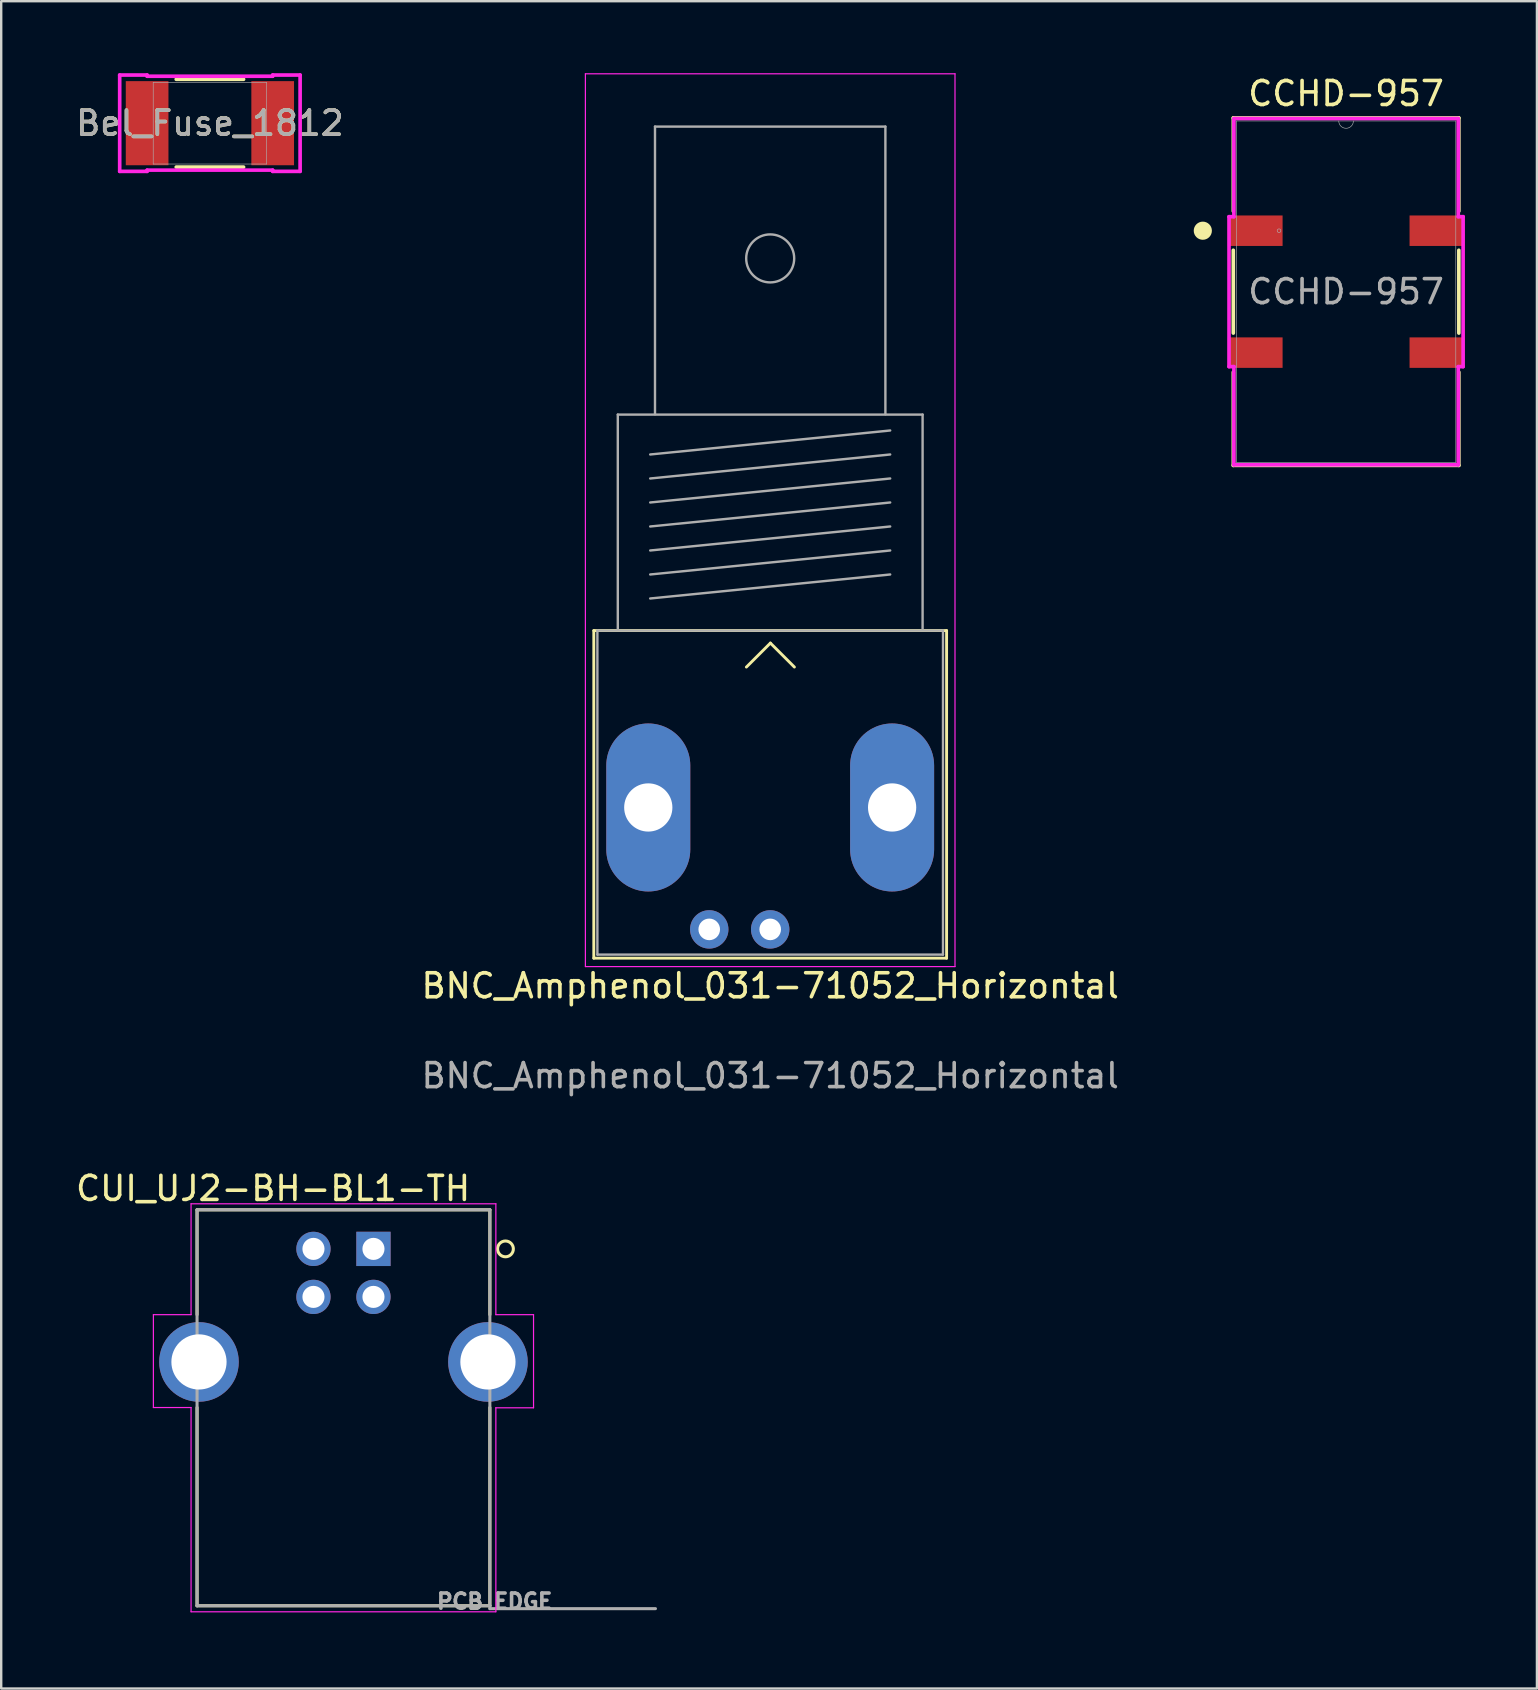
<source format=kicad_pcb>
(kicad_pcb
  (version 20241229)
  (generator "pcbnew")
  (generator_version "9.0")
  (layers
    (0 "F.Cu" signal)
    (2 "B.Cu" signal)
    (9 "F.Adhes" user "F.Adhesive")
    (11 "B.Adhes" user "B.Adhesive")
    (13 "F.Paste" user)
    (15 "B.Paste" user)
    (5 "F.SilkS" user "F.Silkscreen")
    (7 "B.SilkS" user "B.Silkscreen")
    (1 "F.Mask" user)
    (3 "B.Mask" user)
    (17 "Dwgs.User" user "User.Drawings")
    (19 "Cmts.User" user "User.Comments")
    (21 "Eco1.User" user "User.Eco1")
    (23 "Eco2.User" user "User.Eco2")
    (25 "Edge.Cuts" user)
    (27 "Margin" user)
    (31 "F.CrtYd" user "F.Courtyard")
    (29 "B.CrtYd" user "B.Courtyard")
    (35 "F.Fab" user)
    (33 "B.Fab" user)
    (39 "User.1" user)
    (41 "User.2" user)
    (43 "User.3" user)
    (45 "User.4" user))
  (footprint "CCHD-957"
    (layer "F.Cu")
    (at 53.037 9.103)
    (property "Reference" "CCHD-957" (at 0 -8.255 0) (unlocked yes) (layer "F.SilkS") (effects (font (size 1 1) (thickness 0.15))))
    (attr smd)
    (fp_line (start -4.699 -7.239) (end -4.699 -3.355) (stroke (width 0.152) (type solid)) (layer "F.SilkS"))
    (fp_line (start -4.699 -1.725) (end -4.699 1.725) (stroke (width 0.152) (type solid)) (layer "F.SilkS"))
    (fp_line (start -4.699 3.355) (end -4.699 7.239) (stroke (width 0.152) (type solid)) (layer "F.SilkS"))
    (fp_line (start -4.699 7.239) (end 4.699 7.239) (stroke (width 0.152) (type solid)) (layer "F.SilkS"))
    (fp_line (start 4.699 -7.239) (end -4.699 -7.239) (stroke (width 0.152) (type solid)) (layer "F.SilkS"))
    (fp_line (start 4.699 -3.355) (end 4.699 -7.239) (stroke (width 0.152) (type solid)) (layer "F.SilkS"))
    (fp_line (start 4.699 1.725) (end 4.699 -1.725) (stroke (width 0.152) (type solid)) (layer "F.SilkS"))
    (fp_line (start 4.699 7.239) (end 4.699 3.355) (stroke (width 0.152) (type solid)) (layer "F.SilkS"))
    (fp_circle (center -5.969 -2.54) (end -5.667 -2.54) (stroke (width 0.152) (type solid)) (fill yes) (layer "F.SilkS"))
    (fp_line (start -4.877 -3.124) (end -4.674 -3.124) (stroke (width 0.152) (type solid)) (layer "F.CrtYd"))
    (fp_line (start -4.877 3.124) (end -4.877 -3.124) (stroke (width 0.152) (type solid)) (layer "F.CrtYd"))
    (fp_line (start -4.877 3.124) (end -4.674 3.124) (stroke (width 0.152) (type solid)) (layer "F.CrtYd"))
    (fp_line (start -4.674 -7.214) (end 4.674 -7.214) (stroke (width 0.152) (type solid)) (layer "F.CrtYd"))
    (fp_line (start -4.674 -3.124) (end -4.674 -7.214) (stroke (width 0.152) (type solid)) (layer "F.CrtYd"))
    (fp_line (start -4.674 7.214) (end -4.674 3.124) (stroke (width 0.152) (type solid)) (layer "F.CrtYd"))
    (fp_line (start 4.674 -7.214) (end 4.674 -3.124) (stroke (width 0.152) (type solid)) (layer "F.CrtYd"))
    (fp_line (start 4.674 3.124) (end 4.674 7.214) (stroke (width 0.152) (type solid)) (layer "F.CrtYd"))
    (fp_line (start 4.674 7.214) (end -4.674 7.214) (stroke (width 0.152) (type solid)) (layer "F.CrtYd"))
    (fp_line (start 4.877 -3.124) (end 4.674 -3.124) (stroke (width 0.152) (type solid)) (layer "F.CrtYd"))
    (fp_line (start 4.877 -3.124) (end 4.877 3.124) (stroke (width 0.152) (type solid)) (layer "F.CrtYd"))
    (fp_line (start 4.877 3.124) (end 4.674 3.124) (stroke (width 0.152) (type solid)) (layer "F.CrtYd"))
    (fp_line (start -4.572 -7.112) (end -4.572 7.112) (stroke (width 0.025) (type solid)) (layer "F.Fab"))
    (fp_line (start -4.572 7.112) (end 4.572 7.112) (stroke (width 0.025) (type solid)) (layer "F.Fab"))
    (fp_line (start 4.572 -7.112) (end -4.572 -7.112) (stroke (width 0.025) (type solid)) (layer "F.Fab"))
    (fp_line (start 4.572 7.112) (end 4.572 -7.112) (stroke (width 0.025) (type solid)) (layer "F.Fab"))
    (fp_arc (start 0.3048 -7.112) (mid 0 -6.8072) (end -0.3048 -7.112) (stroke (width 0.0254) (type solid)) (layer "F.Fab"))
    (fp_circle (center -2.794 -2.54) (end -2.718 -2.54) (stroke (width 0.025) (type solid)) (fill no) (layer "F.Fab"))
    (fp_text user "${REFERENCE}" (at 0 0 0) (unlocked yes) (layer "F.Fab") (effects (font (size 1 1) (thickness 0.15))))
    (pad "1" smd rect (at -3.785 -2.54) (size 2.28 1.27) (layers "F.Cu" "F.Mask" "F.Paste"))
    (pad "2" smd rect (at -3.785 2.54) (size 2.28 1.27) (layers "F.Cu" "F.Mask" "F.Paste"))
    (pad "3" smd rect (at 3.785 2.54) (size 2.28 1.27) (layers "F.Cu" "F.Mask" "F.Paste"))
    (pad "4" smd rect (at 3.785 -2.54) (size 2.28 1.27) (layers "F.Cu" "F.Mask" "F.Paste")))
  (footprint "CUI_UJ2-BH-BL1-TH"
    (layer "F.Cu")
    (at 12.511 48.988)
    (property "Reference" "CUI_UJ2-BH-BL1-TH" (at -4.182 -2.519 0) (layer "F.SilkS") (effects (font (size 1.002 1.002) (thickness 0.15))))
    (attr through_hole)
    (fp_line (start -7.35 -1.63) (end 4.85 -1.63) (stroke (width 0.127) (type solid)) (layer "F.SilkS"))
    (fp_line (start -7.35 2.74) (end -7.35 -1.63) (stroke (width 0.127) (type solid)) (layer "F.SilkS"))
    (fp_line (start -7.35 6.61) (end -7.35 14.87) (stroke (width 0.127) (type solid)) (layer "F.SilkS"))
    (fp_line (start -7.35 14.87) (end 4.85 14.87) (stroke (width 0.127) (type solid)) (layer "F.SilkS"))
    (fp_line (start 4.85 -1.63) (end 4.85 2.74) (stroke (width 0.127) (type solid)) (layer "F.SilkS"))
    (fp_line (start 4.85 14.87) (end 4.85 6.61) (stroke (width 0.127) (type solid)) (layer "F.SilkS"))
    (fp_circle (center 5.5 0) (end 5.829 0) (stroke (width 0.127) (type solid)) (fill no) (layer "F.SilkS"))
    (fp_line (start -9.17 2.74) (end -7.6 2.74) (stroke (width 0.05) (type solid)) (layer "F.CrtYd"))
    (fp_line (start -9.17 6.61) (end -9.17 2.74) (stroke (width 0.05) (type solid)) (layer "F.CrtYd"))
    (fp_line (start -7.6 -1.88) (end 5.1 -1.88) (stroke (width 0.05) (type solid)) (layer "F.CrtYd"))
    (fp_line (start -7.6 2.74) (end -7.6 -1.88) (stroke (width 0.05) (type solid)) (layer "F.CrtYd"))
    (fp_line (start -7.6 6.61) (end -9.17 6.61) (stroke (width 0.05) (type solid)) (layer "F.CrtYd"))
    (fp_line (start -7.6 15.12) (end -7.6 6.61) (stroke (width 0.05) (type solid)) (layer "F.CrtYd"))
    (fp_line (start 5.1 -1.88) (end 5.1 2.74) (stroke (width 0.05) (type solid)) (layer "F.CrtYd"))
    (fp_line (start 5.1 2.74) (end 6.67 2.74) (stroke (width 0.05) (type solid)) (layer "F.CrtYd"))
    (fp_line (start 5.1 6.62) (end 5.1 15.12) (stroke (width 0.05) (type solid)) (layer "F.CrtYd"))
    (fp_line (start 5.1 15.12) (end -7.6 15.12) (stroke (width 0.05) (type solid)) (layer "F.CrtYd"))
    (fp_line (start 6.67 2.74) (end 6.67 6.62) (stroke (width 0.05) (type solid)) (layer "F.CrtYd"))
    (fp_line (start 6.67 6.62) (end 5.1 6.62) (stroke (width 0.05) (type solid)) (layer "F.CrtYd"))
    (fp_line (start -7.35 -1.63) (end 4.85 -1.63) (stroke (width 0.127) (type solid)) (layer "F.Fab"))
    (fp_line (start -7.35 14.87) (end -7.35 -1.63) (stroke (width 0.127) (type solid)) (layer "F.Fab"))
    (fp_line (start 4.85 -1.63) (end 4.85 14.87) (stroke (width 0.127) (type solid)) (layer "F.Fab"))
    (fp_line (start 4.85 14.87) (end -7.35 14.87) (stroke (width 0.127) (type solid)) (layer "F.Fab"))
    (fp_line (start 4.85 14.87) (end 4.85 14.99) (stroke (width 0.127) (type solid)) (layer "F.Fab"))
    (fp_line (start 4.85 14.99) (end 11.75 14.99) (stroke (width 0.127) (type solid)) (layer "F.Fab"))
    (fp_circle (center 0 0) (end 0.2 0) (stroke (width 0.4) (type solid)) (fill no) (layer "F.Fab"))
    (fp_text user "PCB EDGE" (at 5.049 14.686 0) (layer "F.Fab") (effects (font (size 0.631 0.631) (thickness 0.15))))
    (pad "1" thru_hole rect (at 0 0) (size 1.428 1.428) (drill 0.92) (layers "*.Cu" "*.Mask"))
    (pad "2" thru_hole circle (at -2.5 0) (size 1.428 1.428) (drill 0.92) (layers "*.Cu" "*.Mask"))
    (pad "3" thru_hole circle (at -2.5 2) (size 1.428 1.428) (drill 0.92) (layers "*.Cu" "*.Mask"))
    (pad "4" thru_hole circle (at 0 2) (size 1.428 1.428) (drill 0.92) (layers "*.Cu" "*.Mask"))
    (pad "5" thru_hole circle (at -7.27 4.71) (size 3.316 3.316) (drill 2.3) (layers "*.Cu" "*.Mask"))
    (pad "5" thru_hole circle (at 4.77 4.71) (size 3.316 3.316) (drill 2.3) (layers "*.Cu" "*.Mask")))
  (footprint "BNC_Amphenol_031-71052_Horizontal"
    (layer "F.Cu")
    (at 29.042 35.675)
    (property "Reference" "BNC_Amphenol_031-71052_Horizontal" (at 0 2.35 0) (layer "F.SilkS") (effects (font (size 1 1) (thickness 0.15))))
    (attr through_hole)
    (fp_line (start -7.35 -12.45) (end 7.35 -12.45) (stroke (width 0.12) (type solid)) (layer "F.SilkS"))
    (fp_line (start -7.35 1.2) (end -7.35 -12.45) (stroke (width 0.12) (type solid)) (layer "F.SilkS"))
    (fp_line (start 0.008 -11.93) (end -0.992 -10.93) (stroke (width 0.12) (type solid)) (layer "F.SilkS"))
    (fp_line (start 0.008 -11.93) (end 1.008 -10.93) (stroke (width 0.12) (type solid)) (layer "F.SilkS"))
    (fp_line (start 7.35 -12.45) (end 7.35 1.2) (stroke (width 0.12) (type solid)) (layer "F.SilkS"))
    (fp_line (start 7.35 1.2) (end -7.35 1.2) (stroke (width 0.12) (type solid)) (layer "F.SilkS"))
    (fp_line (start -7.7 1.55) (end -7.7 -35.65) (stroke (width 0.05) (type solid)) (layer "F.CrtYd"))
    (fp_line (start -7.7 1.55) (end 7.7 1.55) (stroke (width 0.05) (type solid)) (layer "F.CrtYd"))
    (fp_line (start 7.7 -35.65) (end -7.7 -35.65) (stroke (width 0.05) (type solid)) (layer "F.CrtYd"))
    (fp_line (start 7.7 1.55) (end 7.7 -35.65) (stroke (width 0.05) (type solid)) (layer "F.CrtYd"))
    (fp_line (start -7.2 -12.45) (end -7.2 1.05) (stroke (width 0.1) (type solid)) (layer "F.Fab"))
    (fp_line (start -7.2 1.05) (end 7.2 1.05) (stroke (width 0.1) (type solid)) (layer "F.Fab"))
    (fp_line (start -6.35 -21.45) (end -6.35 -12.488) (stroke (width 0.1) (type solid)) (layer "F.Fab"))
    (fp_line (start -5 -19.788) (end 5 -20.788) (stroke (width 0.1) (type solid)) (layer "F.Fab"))
    (fp_line (start -5 -18.788) (end 5 -19.788) (stroke (width 0.1) (type solid)) (layer "F.Fab"))
    (fp_line (start -5 -17.788) (end 5 -18.788) (stroke (width 0.1) (type solid)) (layer "F.Fab"))
    (fp_line (start -5 -16.788) (end 5 -17.788) (stroke (width 0.1) (type solid)) (layer "F.Fab"))
    (fp_line (start -5 -15.788) (end 5 -16.788) (stroke (width 0.1) (type solid)) (layer "F.Fab"))
    (fp_line (start -5 -14.788) (end 5 -15.788) (stroke (width 0.1) (type solid)) (layer "F.Fab"))
    (fp_line (start -5 -13.788) (end 5 -14.788) (stroke (width 0.1) (type solid)) (layer "F.Fab"))
    (fp_line (start -4.8 -33.45) (end -4.8 -21.463) (stroke (width 0.1) (type solid)) (layer "F.Fab"))
    (fp_line (start 4.8 -33.45) (end -4.8 -33.45) (stroke (width 0.1) (type solid)) (layer "F.Fab"))
    (fp_line (start 4.8 -21.463) (end 4.8 -33.45) (stroke (width 0.1) (type solid)) (layer "F.Fab"))
    (fp_line (start 6.35 -21.45) (end -6.35 -21.45) (stroke (width 0.1) (type solid)) (layer "F.Fab"))
    (fp_line (start 6.35 -12.488) (end 6.35 -21.45) (stroke (width 0.1) (type solid)) (layer "F.Fab"))
    (fp_line (start 7.2 -12.45) (end -7.2 -12.45) (stroke (width 0.1) (type solid)) (layer "F.Fab"))
    (fp_line (start 7.2 1.05) (end 7.2 -12.45) (stroke (width 0.1) (type solid)) (layer "F.Fab"))
    (fp_circle (center 0 -27.958) (end 1 -27.958) (stroke (width 0.1) (type solid)) (fill no) (layer "F.Fab"))
    (fp_text user "${REFERENCE}" (at 0 6.096 0) (layer "F.Fab") (effects (font (size 1 1) (thickness 0.15))))
    (pad "" thru_hole oval (at -5.08 -5.08) (size 3.5 7) (drill 2.01) (layers "*.Cu" "*.Mask"))
    (pad "" thru_hole oval (at 5.08 -5.08) (size 3.5 7) (drill 2.01) (layers "*.Cu" "*.Mask"))
    (pad "1" thru_hole circle (at -2.54 0) (size 1.6 1.6) (drill 0.9) (layers "*.Cu" "*.Mask"))
    (pad "2" thru_hole circle (at 0 0) (size 1.6 1.6) (drill 0.9) (layers "*.Cu" "*.Mask")))
  (footprint "Bel_Fuse_1812"
    (layer "F.Cu")
    (at 5.696 2.083)
    (property "Reference" "Bel_Fuse_1812" (at 0 0 0) (unlocked yes) (layer "F.SilkS") (effects (font (size 1 1) (thickness 0.15))))
    (attr smd)
    (fp_line (start -1.403 1.829) (end 1.403 1.829) (stroke (width 0.152) (type solid)) (layer "F.SilkS"))
    (fp_line (start 1.403 -1.829) (end -1.403 -1.829) (stroke (width 0.152) (type solid)) (layer "F.SilkS"))
    (fp_line (start -3.759 -2.007) (end -2.616 -2.007) (stroke (width 0.152) (type solid)) (layer "F.CrtYd"))
    (fp_line (start -3.759 2.007) (end -3.759 -2.007) (stroke (width 0.152) (type solid)) (layer "F.CrtYd"))
    (fp_line (start -3.759 2.007) (end -2.616 2.007) (stroke (width 0.152) (type solid)) (layer "F.CrtYd"))
    (fp_line (start -2.616 -2.007) (end -2.616 -1.956) (stroke (width 0.152) (type solid)) (layer "F.CrtYd"))
    (fp_line (start -2.616 -1.956) (end 2.616 -1.956) (stroke (width 0.152) (type solid)) (layer "F.CrtYd"))
    (fp_line (start -2.616 1.956) (end 2.616 1.956) (stroke (width 0.152) (type solid)) (layer "F.CrtYd"))
    (fp_line (start -2.616 2.007) (end -2.616 1.956) (stroke (width 0.152) (type solid)) (layer "F.CrtYd"))
    (fp_line (start 2.616 -2.007) (end 3.759 -2.007) (stroke (width 0.152) (type solid)) (layer "F.CrtYd"))
    (fp_line (start 2.616 -1.956) (end 2.616 -2.007) (stroke (width 0.152) (type solid)) (layer "F.CrtYd"))
    (fp_line (start 2.616 1.956) (end 2.616 2.007) (stroke (width 0.152) (type solid)) (layer "F.CrtYd"))
    (fp_line (start 2.616 2.007) (end 3.759 2.007) (stroke (width 0.152) (type solid)) (layer "F.CrtYd"))
    (fp_line (start 3.759 -2.007) (end 3.759 2.007) (stroke (width 0.152) (type solid)) (layer "F.CrtYd"))
    (fp_line (start -2.362 -1.702) (end -2.362 1.702) (stroke (width 0.025) (type solid)) (layer "F.Fab"))
    (fp_line (start -2.362 1.702) (end 2.362 1.702) (stroke (width 0.025) (type solid)) (layer "F.Fab"))
    (fp_line (start 2.362 -1.702) (end -2.362 -1.702) (stroke (width 0.025) (type solid)) (layer "F.Fab"))
    (fp_line (start 2.362 1.702) (end 2.362 -1.702) (stroke (width 0.025) (type solid)) (layer "F.Fab"))
    (fp_circle (center -2.108 0) (end -2.108 0) (stroke (width 0.025) (type solid)) (fill no) (layer "F.Fab"))
    (fp_text user "${REFERENCE}" (at 0 0 0) (unlocked yes) (layer "F.Fab") (effects (font (size 1 1) (thickness 0.15))))
    (pad "1" smd rect (at -2.616 0) (size 1.778 3.505) (layers "F.Cu" "F.Mask" "F.Paste"))
    (pad "2" smd rect (at 2.616 0) (size 1.778 3.505) (layers "F.Cu" "F.Mask" "F.Paste"))
    (zone (net_name "") (layer "F.Cu") (hatch full 0.508) (connect_pads) (min_thickness 0.254) (filled_areas_thickness no) (keepout (tracks not_allowed) (vias not_allowed) (pads allowed) (copperpour not_allowed) (footprints allowed)) (placement (enabled no)) (fill) (polygon (pts (xy 4.02 0.381) (xy 7.373 0.381) (xy 7.373 3.785) (xy 4.02 3.785)))))
  (gr_rect
    (start -3 -3)
    (end 60.99 67.306)
    (stroke (width 0.1) (type default))
    (fill no)
    (layer "Edge.Cuts")))
</source>
